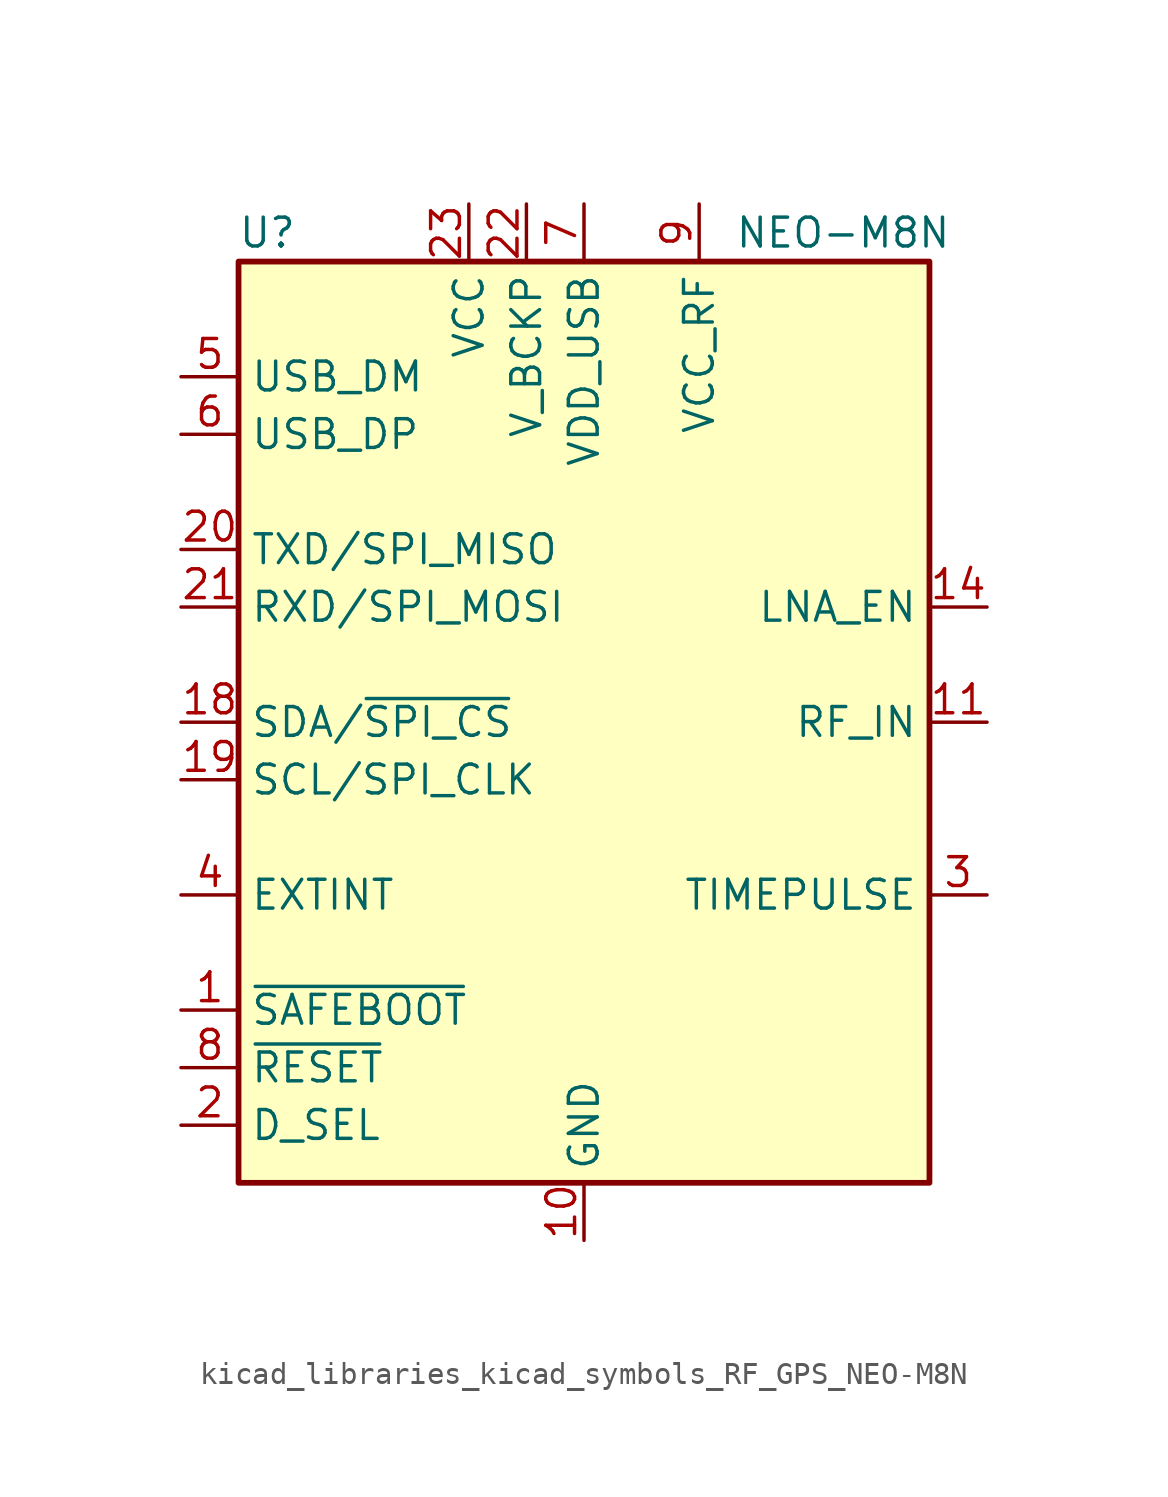
<source format=kicad_sym>
(kicad_symbol_lib
  (version 20220914)
  (generator kicad_symbol_editor)
  (symbol "kicad_libraries_kicad_symbols_RF_GPS_NEO-M8N"
    (property "Reference" "U"
      (at -13.97 21.59 0)
      (effects (font (size 1.27 1.27))))
    (property "Value" "NEO-M8N"
      (at 11.43 21.59 0)
      (effects (font (size 1.27 1.27))))
    (symbol "kicad_libraries_kicad_symbols_RF_GPS_NEO-M8N_0_1"
      (rectangle (start -15.24 20.32) (end 15.24 -20.32) (stroke (width 0.254) (type default)) (fill (type background))))
    (symbol "kicad_libraries_kicad_symbols_RF_GPS_NEO-M8N_1_1"
      (pin input line (at -17.78 -12.7 0) (length 2.54) (name "~{SAFEBOOT}" (effects (font (size 1.27 1.27)))) (number "1" (effects (font (size 1.27 1.27)))))
      (pin power_in line (at 0 -22.86 90) (length 2.54) (name "GND" (effects (font (size 1.27 1.27)))) (number "10" (effects (font (size 1.27 1.27)))))
      (pin input line (at 17.78 0 180) (length 2.54) (name "RF_IN" (effects (font (size 1.27 1.27)))) (number "11" (effects (font (size 1.27 1.27)))))
      (pin passive line (at 0 -22.86 90) (length 2.54) hide (name "GND" (effects (font (size 1.27 1.27)))) (number "12" (effects (font (size 1.27 1.27)))))
      (pin passive line (at 0 -22.86 90) (length 2.54) hide (name "GND" (effects (font (size 1.27 1.27)))) (number "13" (effects (font (size 1.27 1.27)))))
      (pin output line (at 17.78 5.08 180) (length 2.54) (name "LNA_EN" (effects (font (size 1.27 1.27)))) (number "14" (effects (font (size 1.27 1.27)))))
      (pin no_connect line (at 15.24 -10.16 180) (length 2.54) hide (name "RESERVED" (effects (font (size 1.27 1.27)))) (number "15" (effects (font (size 1.27 1.27)))))
      (pin no_connect line (at 15.24 -12.7 180) (length 2.54) hide (name "RESERVED" (effects (font (size 1.27 1.27)))) (number "16" (effects (font (size 1.27 1.27)))))
      (pin no_connect line (at 15.24 -15.24 180) (length 2.54) hide (name "RESERVED" (effects (font (size 1.27 1.27)))) (number "17" (effects (font (size 1.27 1.27)))))
      (pin bidirectional line (at -17.78 0 0) (length 2.54) (name "SDA/~{SPI_CS}" (effects (font (size 1.27 1.27)))) (number "18" (effects (font (size 1.27 1.27)))))
      (pin input line (at -17.78 -2.54 0) (length 2.54) (name "SCL/SPI_CLK" (effects (font (size 1.27 1.27)))) (number "19" (effects (font (size 1.27 1.27)))))
      (pin input line (at -17.78 -17.78 0) (length 2.54) (name "D_SEL" (effects (font (size 1.27 1.27)))) (number "2" (effects (font (size 1.27 1.27)))))
      (pin output line (at -17.78 7.62 0) (length 2.54) (name "TXD/SPI_MISO" (effects (font (size 1.27 1.27)))) (number "20" (effects (font (size 1.27 1.27)))))
      (pin input line (at -17.78 5.08 0) (length 2.54) (name "RXD/SPI_MOSI" (effects (font (size 1.27 1.27)))) (number "21" (effects (font (size 1.27 1.27)))))
      (pin power_in line (at -2.54 22.86 270) (length 2.54) (name "V_BCKP" (effects (font (size 1.27 1.27)))) (number "22" (effects (font (size 1.27 1.27)))))
      (pin power_in line (at -5.08 22.86 270) (length 2.54) (name "VCC" (effects (font (size 1.27 1.27)))) (number "23" (effects (font (size 1.27 1.27)))))
      (pin passive line (at 0 -22.86 90) (length 2.54) hide (name "GND" (effects (font (size 1.27 1.27)))) (number "24" (effects (font (size 1.27 1.27)))))
      (pin output line (at 17.78 -7.62 180) (length 2.54) (name "TIMEPULSE" (effects (font (size 1.27 1.27)))) (number "3" (effects (font (size 1.27 1.27)))))
      (pin input line (at -17.78 -7.62 0) (length 2.54) (name "EXTINT" (effects (font (size 1.27 1.27)))) (number "4" (effects (font (size 1.27 1.27)))))
      (pin bidirectional line (at -17.78 15.24 0) (length 2.54) (name "USB_DM" (effects (font (size 1.27 1.27)))) (number "5" (effects (font (size 1.27 1.27)))))
      (pin bidirectional line (at -17.78 12.7 0) (length 2.54) (name "USB_DP" (effects (font (size 1.27 1.27)))) (number "6" (effects (font (size 1.27 1.27)))))
      (pin power_in line (at 0 22.86 270) (length 2.54) (name "VDD_USB" (effects (font (size 1.27 1.27)))) (number "7" (effects (font (size 1.27 1.27)))))
      (pin input line (at -17.78 -15.24 0) (length 2.54) (name "~{RESET}" (effects (font (size 1.27 1.27)))) (number "8" (effects (font (size 1.27 1.27)))))
      (pin power_out line (at 5.08 22.86 270) (length 2.54) (name "VCC_RF" (effects (font (size 1.27 1.27)))) (number "9" (effects (font (size 1.27 1.27))))))))
</source>
